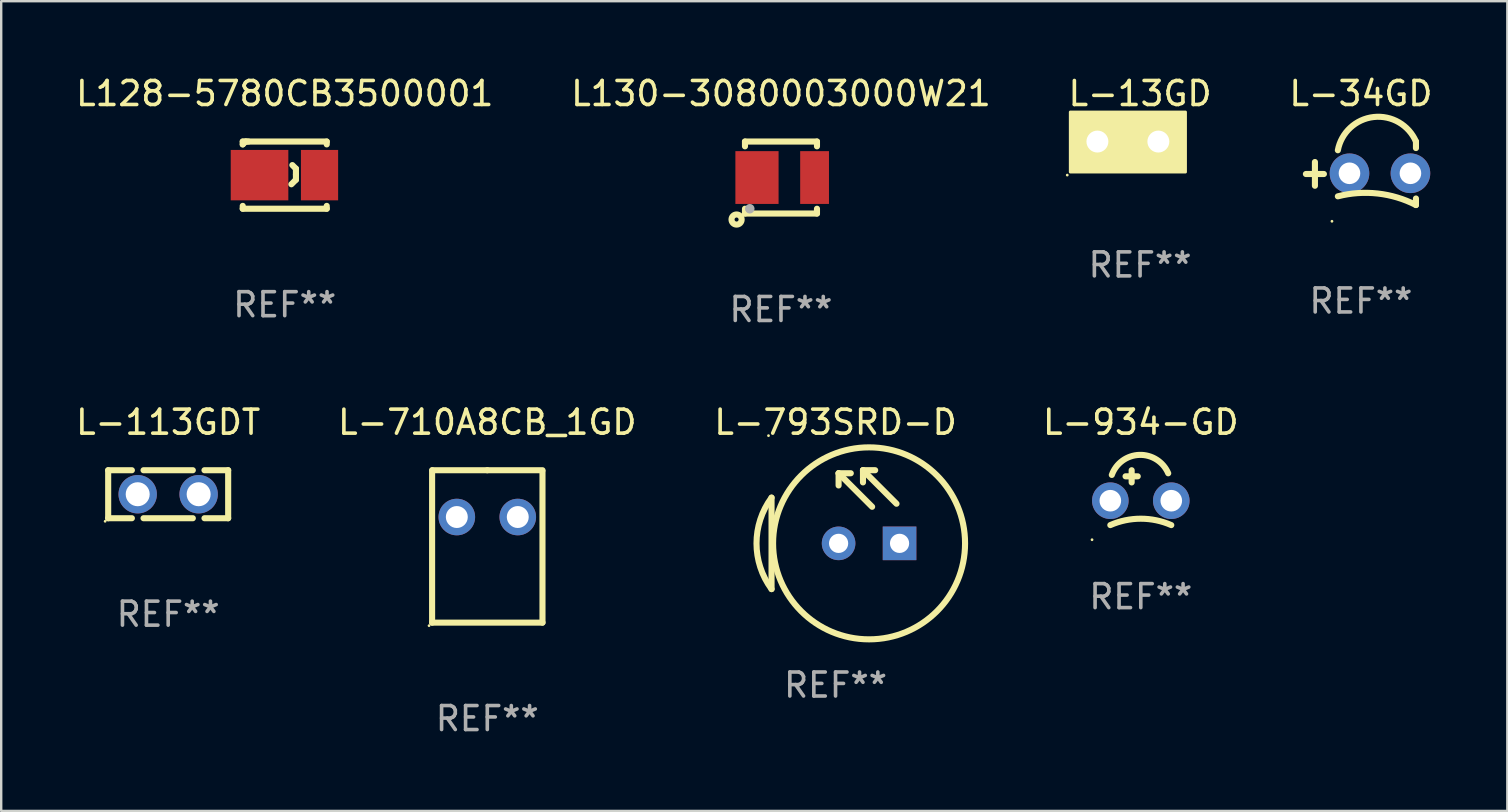
<source format=kicad_pcb>
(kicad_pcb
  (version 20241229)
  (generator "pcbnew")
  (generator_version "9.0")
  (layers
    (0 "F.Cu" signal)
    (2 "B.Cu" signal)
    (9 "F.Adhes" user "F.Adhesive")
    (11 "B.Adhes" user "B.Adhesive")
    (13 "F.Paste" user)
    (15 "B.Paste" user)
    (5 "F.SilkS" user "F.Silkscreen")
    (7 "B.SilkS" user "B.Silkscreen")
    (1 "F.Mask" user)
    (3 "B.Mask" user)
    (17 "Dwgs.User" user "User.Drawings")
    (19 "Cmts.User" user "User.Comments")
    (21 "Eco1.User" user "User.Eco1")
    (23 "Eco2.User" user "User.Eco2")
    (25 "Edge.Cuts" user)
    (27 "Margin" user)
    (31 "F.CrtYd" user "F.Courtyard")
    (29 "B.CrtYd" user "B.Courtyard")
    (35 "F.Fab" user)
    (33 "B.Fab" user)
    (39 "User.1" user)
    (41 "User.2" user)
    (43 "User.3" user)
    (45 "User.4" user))
  (footprint "L-934-GD"
    (layer "F.Cu")
    (at 44.488 17.18)
    (property "Reference" "L-934-GD" (at 0 -2.635 0) (layer "F.SilkS") (effects (font (size 1 1) (thickness 0.15))))
    (attr through_hole)
    (fp_line (start -0.635 -0.381) (end -0.127 -0.381) (stroke (width 0.254) (type solid)) (layer "F.SilkS"))
    (fp_line (start -0.381 -0.635) (end -0.381 -0.127) (stroke (width 0.254) (type solid)) (layer "F.SilkS"))
    (fp_arc (start -1.270003 1.651003) (mid 0 1.384802) (end 1.270002 1.651003) (stroke (width 0.254001) (type solid)) (layer "F.SilkS"))
    (fp_arc (start -1.208153 -0.438913) (mid -0.056118 -1.274652) (end 1.143002 -0.508001) (stroke (width 0.254001) (type solid)) (layer "F.SilkS"))
    (fp_circle (center -2.032 2.261) (end -2.002 2.261) (stroke (width 0.06) (type solid)) (fill no) (layer "F.SilkS"))
    (fp_text user "REF**" (at 0 4.635 0) (layer "F.Fab") (effects (font (size 1 1) (thickness 0.15))))
    (pad "1" thru_hole circle (at -1.27 0.635) (size 1.524 1.524) (drill 0.9) (layers "*.Cu" "*.Mask"))
    (pad "2" thru_hole circle (at 1.27 0.635) (size 1.524 1.524) (drill 0.9) (layers "*.Cu" "*.Mask")))
  (footprint "L-710A8CB_1GD"
    (layer "F.Cu")
    (at 17.256 19.72)
    (property "Reference" "L-710A8CB_1GD" (at 0 -5.175 0) (layer "F.SilkS") (effects (font (size 1 1) (thickness 0.15))))
    (attr through_hole)
    (fp_line (start -2.3 3.175) (end -2.3 -3.175) (stroke (width 0.254) (type solid)) (layer "F.SilkS"))
    (fp_line (start 0 -3.175) (end -2.286 -3.175) (stroke (width 0.254) (type solid)) (layer "F.SilkS"))
    (fp_line (start 0 -3.175) (end 2.3 -3.175) (stroke (width 0.254) (type solid)) (layer "F.SilkS"))
    (fp_line (start 2.3 3.175) (end -2.3 3.175) (stroke (width 0.254) (type solid)) (layer "F.SilkS"))
    (fp_line (start 2.3 3.175) (end 2.3 -3.13) (stroke (width 0.254) (type solid)) (layer "F.SilkS"))
    (fp_circle (center -2.427 3.302) (end -2.397 3.302) (stroke (width 0.06) (type solid)) (fill no) (layer "F.SilkS"))
    (fp_text user "REF**" (at 0 7.175 0) (layer "F.Fab") (effects (font (size 1 1) (thickness 0.15))))
    (pad "1" thru_hole circle (at -1.27 -1.225) (size 1.524 1.524) (drill 0.914) (layers "*.Cu" "*.Mask"))
    (pad "2" thru_hole circle (at 1.27 -1.225) (size 1.524 1.524) (drill 0.914) (layers "*.Cu" "*.Mask")))
  (footprint "L-793SRD-D"
    (layer "F.Cu")
    (at 31.768 19.021)
    (property "Reference" "L-793SRD-D" (at 0 -4.477 0) (layer "F.SilkS") (effects (font (size 1 1) (thickness 0.15))))
    (attr through_hole)
    (fp_line (start -2.667 -1.334) (end -2.667 2.477) (stroke (width 0.254) (type solid)) (layer "F.SilkS"))
    (fp_line (start 0.127 -2.35) (end 0.127 -1.842) (stroke (width 0.254) (type solid)) (layer "F.SilkS"))
    (fp_line (start 0.127 -2.35) (end 0.635 -2.35) (stroke (width 0.254) (type solid)) (layer "F.SilkS"))
    (fp_line (start 1.143 -2.477) (end 1.143 -1.969) (stroke (width 0.254) (type solid)) (layer "F.SilkS"))
    (fp_line (start 1.143 -2.477) (end 1.651 -2.477) (stroke (width 0.254) (type solid)) (layer "F.SilkS"))
    (fp_line (start 1.524 -0.953) (end 0.127 -2.35) (stroke (width 0.254) (type solid)) (layer "F.SilkS"))
    (fp_line (start 2.54 -1.08) (end 1.143 -2.477) (stroke (width 0.254) (type solid)) (layer "F.SilkS"))
    (fp_arc (start -2.666993 2.476454) (mid -3.293433 0.57145) (end -2.666993 -1.333554) (stroke (width 0.254001) (type solid)) (layer "F.SilkS"))
    (fp_circle (center -2.794 -3.917) (end -2.764 -3.917) (stroke (width 0.06) (type solid)) (fill no) (layer "F.SilkS"))
    (fp_circle (center 1.397 0.571) (end 5.397 0.571) (stroke (width 0.254) (type solid)) (fill no) (layer "F.SilkS"))
    (fp_text user "REF**" (at 0 6.477 0) (layer "F.Fab") (effects (font (size 1 1) (thickness 0.15))))
    (pad "1" thru_hole circle (at 0.127 0.571) (size 1.4 1.4) (drill 0.8) (layers "*.Cu" "*.Mask"))
    (pad "2" thru_hole rect (at 2.667 0.571 180) (size 1.4 1.4) (drill 0.8) (layers "*.Cu" "*.Mask")))
  (footprint "L-113GDT"
    (layer "F.Cu")
    (at 3.958 17.545)
    (property "Reference" "L-113GDT" (at 0 -3 0) (layer "F.SilkS") (effects (font (size 1 1) (thickness 0.15))))
    (attr through_hole)
    (fp_line (start -2.5 -1) (end -2.5 1) (stroke (width 0.254) (type solid)) (layer "F.SilkS"))
    (fp_line (start -2.5 -1) (end -1.513 -1) (stroke (width 0.254) (type solid)) (layer "F.SilkS"))
    (fp_line (start -2.5 1) (end -1.513 1) (stroke (width 0.254) (type solid)) (layer "F.SilkS"))
    (fp_line (start -1.027 -1) (end 1.027 -1) (stroke (width 0.254) (type solid)) (layer "F.SilkS"))
    (fp_line (start -1.027 1) (end 1.027 1) (stroke (width 0.254) (type solid)) (layer "F.SilkS"))
    (fp_line (start 1.513 -1) (end 2.5 -1) (stroke (width 0.254) (type solid)) (layer "F.SilkS"))
    (fp_line (start 1.513 1) (end 2.5 1) (stroke (width 0.254) (type solid)) (layer "F.SilkS"))
    (fp_line (start 2.5 -1) (end 2.5 1) (stroke (width 0.254) (type solid)) (layer "F.SilkS"))
    (fp_circle (center -2.627 1.127) (end -2.597 1.127) (stroke (width 0.06) (type solid)) (fill no) (layer "F.SilkS"))
    (fp_text user "REF**" (at 0 5 0) (layer "F.Fab") (effects (font (size 1 1) (thickness 0.15))))
    (pad "1" thru_hole circle (at -1.27 0) (size 1.6 1.6) (drill 1) (layers "*.Cu" "*.Mask"))
    (pad "2" thru_hole circle (at 1.27 0) (size 1.6 1.6) (drill 1) (layers "*.Cu" "*.Mask")))
  (footprint "L-34GD"
    (layer "F.Cu")
    (at 53.661 4.171)
    (property "Reference" "L-34GD" (at 0 -3.323 0) (layer "F.SilkS") (effects (font (size 1 1) (thickness 0.15))))
    (attr through_hole)
    (fp_line (start -1.917 0.52) (end -1.917 -0.47) (stroke (width 0.254) (type solid)) (layer "F.SilkS"))
    (fp_line (start -1.543 0.03) (end -2.293 0.03) (stroke (width 0.254) (type solid)) (layer "F.SilkS"))
    (fp_line (start 2.293 -1.051) (end 2.293 -1.323) (stroke (width 0.254) (type solid)) (layer "F.SilkS"))
    (fp_line (start 2.293 1.323) (end 2.293 1.051) (stroke (width 0.254) (type solid)) (layer "F.SilkS"))
    (fp_arc (start -0.96124 0.960224) (mid 0.699225 0.843072) (end 2.293167 1.322885) (stroke (width 0.254001) (type solid)) (layer "F.SilkS"))
    (fp_arc (start -0.961239 -0.960224) (mid 0.531872 -2.344856) (end 2.293167 -1.322885) (stroke (width 0.254001) (type solid)) (layer "F.SilkS"))
    (fp_circle (center -1.207 2) (end -1.177 2) (stroke (width 0.06) (type solid)) (fill no) (layer "F.SilkS"))
    (fp_text user "REF**" (at 0 5.323 0) (layer "F.Fab") (effects (font (size 1 1) (thickness 0.15))))
    (pad "1" thru_hole circle (at -0.477 0) (size 1.651 1.651) (drill 0.9) (layers "*.Cu" "*.Mask"))
    (pad "2" thru_hole circle (at 2.063 0) (size 1.651 1.651) (drill 0.9) (layers "*.Cu" "*.Mask")))
  (footprint "L-13GD"
    (layer "F.Cu")
    (at 44.458 3.42)
    (property "Reference" "L-13GD" (at 0 -2.571 0) (layer "F.SilkS") (effects (font (size 1 1) (thickness 0.15))))
    (attr through_hole)
    (fp_line (start 1.524 0.063) (end 1.524 0.571) (stroke (width 0.15) (type solid)) (layer "F.SilkS"))
    (fp_line (start 1.778 0.317) (end 1.27 0.317) (stroke (width 0.15) (type solid)) (layer "F.SilkS"))
    (fp_circle (center -3.035 0.826) (end -3.005 0.826) (stroke (width 0.06) (type solid)) (fill no) (layer "F.SilkS"))
    (fp_poly (pts (xy -2.908 -1.802) (xy 1.892 -1.802) (xy 1.892 0.699) (xy -2.908 0.699)) (stroke (width 0.12) (type solid)) (fill yes) (layer "F.SilkS"))
    (fp_text user "REF**" (at 0 4.571 0) (layer "F.Fab") (effects (font (size 1 1) (thickness 0.15))))
    (pad "1" thru_hole circle (at -1.778 -0.571) (size 1.524 1.524) (drill 0.914) (layers "*.Cu" "*.Mask"))
    (pad "2" thru_hole circle (at 0.762 -0.571) (size 1.524 1.524) (drill 0.914) (layers "*.Cu" "*.Mask")))
  (footprint "L128-5780CB3500001"
    (layer "F.Cu")
    (at 8.815 4.248)
    (property "Reference" "L128-5780CB3500001" (at 0 -3.4 0) (layer "F.SilkS") (effects (font (size 1 1) (thickness 0.15))))
    (attr through_hole)
    (fp_line (start -1.75 -1.4) (end -1.75 -1.281) (stroke (width 0.254) (type solid)) (layer "F.SilkS"))
    (fp_line (start -1.75 -1.4) (end 1.75 -1.4) (stroke (width 0.254) (type solid)) (layer "F.SilkS"))
    (fp_line (start -1.75 1.281) (end -1.75 1.4) (stroke (width 0.254) (type solid)) (layer "F.SilkS"))
    (fp_line (start -1.631 -1.4) (end -1.75 -1.281) (stroke (width 0.254) (type solid)) (layer "F.SilkS"))
    (fp_line (start -1.513 -1.4) (end -1.631 -1.4) (stroke (width 0.254) (type solid)) (layer "F.SilkS"))
    (fp_line (start 0.277 0.381) (end 0.467 0.191) (stroke (width 0.254) (type solid)) (layer "F.SilkS"))
    (fp_line (start 0.467 -0.269) (end 0.317 -0.419) (stroke (width 0.254) (type solid)) (layer "F.SilkS"))
    (fp_line (start 0.467 -0.019) (end 0.467 -0.269) (stroke (width 0.254) (type solid)) (layer "F.SilkS"))
    (fp_line (start 0.467 0.191) (end 0.467 -0.019) (stroke (width 0.254) (type solid)) (layer "F.SilkS"))
    (fp_line (start 1.75 -1.4) (end 1.75 -1.281) (stroke (width 0.254) (type solid)) (layer "F.SilkS"))
    (fp_line (start 1.75 1.281) (end 1.75 1.4) (stroke (width 0.254) (type solid)) (layer "F.SilkS"))
    (fp_line (start 1.75 1.4) (end -1.75 1.4) (stroke (width 0.254) (type solid)) (layer "F.SilkS"))
    (fp_circle (center -1.775 1.4) (end -1.745 1.4) (stroke (width 0.06) (type solid)) (fill no) (layer "F.SilkS"))
    (fp_text user "REF**" (at 0 5.4 0) (layer "F.Fab") (effects (font (size 1 1) (thickness 0.15))))
    (pad "1" smd rect (at -1.05 0.000102) (size 2.4 2.1) (layers "F.Cu" "F.Mask" "F.Paste"))
    (pad "2" smd rect (at 1.45 0.000102) (size 1.55 2.1) (layers "F.Cu" "F.Mask" "F.Paste")))
  (footprint "L130-3080003000W21"
    (layer "F.Cu")
    (at 29.494 4.348)
    (property "Reference" "L130-3080003000W21" (at 0 -3.5 0) (layer "F.SilkS") (effects (font (size 1 1) (thickness 0.15))))
    (attr through_hole)
    (fp_line (start -1.5 -1.5) (end -1.5 -1.3) (stroke (width 0.254) (type solid)) (layer "F.SilkS"))
    (fp_line (start -1.5 -1.5) (end 1.5 -1.5) (stroke (width 0.254) (type solid)) (layer "F.SilkS"))
    (fp_line (start -1.5 1.5) (end 1.5 1.5) (stroke (width 0.254) (type solid)) (layer "F.SilkS"))
    (fp_line (start -1.5 1.3) (end -1.5 1.5) (stroke (width 0.254) (type solid)) (layer "F.SilkS"))
    (fp_line (start 1.5 1.5) (end 1.5 1.3) (stroke (width 0.254) (type solid)) (layer "F.SilkS"))
    (fp_line (start 1.5 -1.3) (end 1.5 -1.5) (stroke (width 0.254) (type solid)) (layer "F.SilkS"))
    (fp_circle (center -1.85 1.75) (end -1.766 1.75) (stroke (width 0.254) (type solid)) (fill no) (layer "F.SilkS"))
    (fp_circle (center -1.5 1.5) (end -1.47 1.5) (stroke (width 0.06) (type solid)) (fill no) (layer "F.SilkS"))
    (fp_circle (center -1.3 1.3) (end -1.2 1.3) (stroke (width 0.2) (type solid)) (fill no) (layer "F.Fab"))
    (fp_text user "REF**" (at 0 5.5 0) (layer "F.Fab") (effects (font (size 1 1) (thickness 0.15))))
    (pad "1" smd rect (at -1 0) (size 1.8 2.2) (layers "F.Cu" "F.Mask" "F.Paste"))
    (pad "2" smd rect (at 1.4 0) (size 1.2 2.2) (layers "F.Cu" "F.Mask" "F.Paste")))
  (gr_rect
    (start -3 -3)
    (end 59.762 30.743)
    (stroke (width 0.1) (type default))
    (fill no)
    (layer "Edge.Cuts")))
</source>
